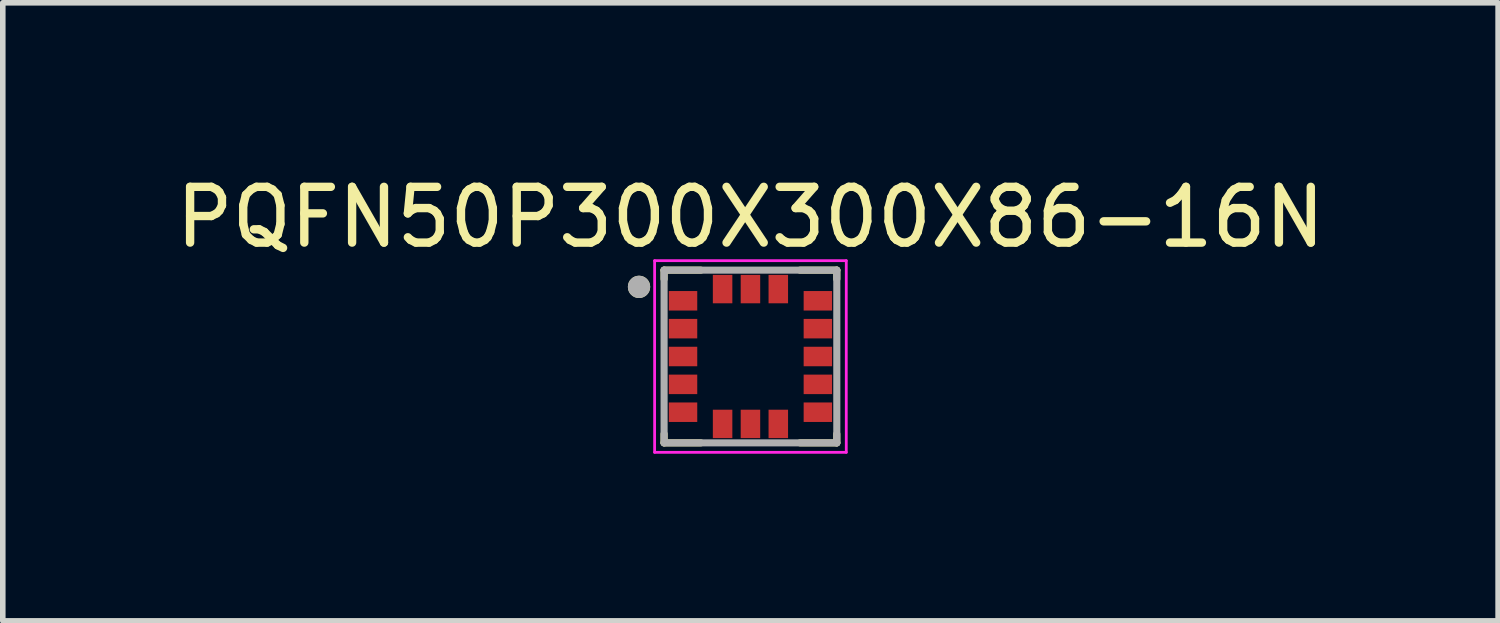
<source format=kicad_pcb>
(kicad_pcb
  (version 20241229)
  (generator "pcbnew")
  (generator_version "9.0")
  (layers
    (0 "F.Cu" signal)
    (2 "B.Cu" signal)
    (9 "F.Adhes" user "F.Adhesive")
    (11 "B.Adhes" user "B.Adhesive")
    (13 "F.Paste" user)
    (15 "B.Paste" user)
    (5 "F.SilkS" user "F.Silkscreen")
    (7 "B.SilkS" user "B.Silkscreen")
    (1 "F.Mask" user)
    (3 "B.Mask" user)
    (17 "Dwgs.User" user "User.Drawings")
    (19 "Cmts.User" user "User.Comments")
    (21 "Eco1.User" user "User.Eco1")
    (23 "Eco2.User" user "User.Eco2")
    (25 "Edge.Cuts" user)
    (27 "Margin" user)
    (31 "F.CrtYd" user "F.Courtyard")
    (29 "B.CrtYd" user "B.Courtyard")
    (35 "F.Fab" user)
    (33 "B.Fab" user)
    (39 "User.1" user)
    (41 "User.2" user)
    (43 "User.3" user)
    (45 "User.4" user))
  (footprint "PQFN50P300X300X86-16N"
    (layer "F.Cu")
    (at 10.42 3.349)
    (property "Reference" "PQFN50P300X300X86-16N" (at 0 -2.5 0) (layer "F.SilkS") (effects (font (size 1.001 1.001) (thickness 0.15))))
    (attr through_hole)
    (fp_line (start -1.55 -1.55) (end -1.55 -1.39) (stroke (width 0.127) (type solid)) (layer "F.SilkS"))
    (fp_line (start -1.55 1.55) (end -1.55 1.39) (stroke (width 0.127) (type solid)) (layer "F.SilkS"))
    (fp_line (start -0.89 -1.55) (end -1.55 -1.55) (stroke (width 0.127) (type solid)) (layer "F.SilkS"))
    (fp_line (start -0.89 1.55) (end -1.55 1.55) (stroke (width 0.127) (type solid)) (layer "F.SilkS"))
    (fp_line (start 0.89 -1.55) (end 1.55 -1.55) (stroke (width 0.127) (type solid)) (layer "F.SilkS"))
    (fp_line (start 0.89 1.55) (end 1.55 1.55) (stroke (width 0.127) (type solid)) (layer "F.SilkS"))
    (fp_line (start 1.55 -1.55) (end 1.55 -1.39) (stroke (width 0.127) (type solid)) (layer "F.SilkS"))
    (fp_line (start 1.55 1.55) (end 1.55 1.39) (stroke (width 0.127) (type solid)) (layer "F.SilkS"))
    (fp_circle (center -2 -1.25) (end -1.9 -1.25) (stroke (width 0.2) (type solid)) (fill no) (layer "F.SilkS"))
    (fp_line (start -1.72 -1.72) (end 1.72 -1.72) (stroke (width 0.05) (type solid)) (layer "F.CrtYd"))
    (fp_line (start -1.72 1.72) (end -1.72 -1.72) (stroke (width 0.05) (type solid)) (layer "F.CrtYd"))
    (fp_line (start 1.72 -1.72) (end 1.72 1.72) (stroke (width 0.05) (type solid)) (layer "F.CrtYd"))
    (fp_line (start 1.72 1.72) (end -1.72 1.72) (stroke (width 0.05) (type solid)) (layer "F.CrtYd"))
    (fp_line (start -1.55 -1.55) (end 1.55 -1.55) (stroke (width 0.127) (type solid)) (layer "F.Fab"))
    (fp_line (start -1.55 1.55) (end -1.55 -1.55) (stroke (width 0.127) (type solid)) (layer "F.Fab"))
    (fp_line (start 1.55 -1.55) (end 1.55 1.55) (stroke (width 0.127) (type solid)) (layer "F.Fab"))
    (fp_line (start 1.55 1.55) (end -1.55 1.55) (stroke (width 0.127) (type solid)) (layer "F.Fab"))
    (fp_circle (center -2 -1.25) (end -1.9 -1.25) (stroke (width 0.2) (type solid)) (fill no) (layer "F.Fab"))
    (pad "1" smd rect (at -1.21 -1) (size 0.51 0.35) (layers "F.Cu" "F.Mask" "F.Paste"))
    (pad "2" smd rect (at -1.21 -0.5) (size 0.51 0.35) (layers "F.Cu" "F.Mask" "F.Paste"))
    (pad "3" smd rect (at -1.21 0) (size 0.51 0.35) (layers "F.Cu" "F.Mask" "F.Paste"))
    (pad "4" smd rect (at -1.21 0.5) (size 0.51 0.35) (layers "F.Cu" "F.Mask" "F.Paste"))
    (pad "5" smd rect (at -1.21 1) (size 0.51 0.35) (layers "F.Cu" "F.Mask" "F.Paste"))
    (pad "6" smd rect (at -0.5 1.21) (size 0.35 0.51) (layers "F.Cu" "F.Mask" "F.Paste"))
    (pad "7" smd rect (at 0 1.21) (size 0.35 0.51) (layers "F.Cu" "F.Mask" "F.Paste"))
    (pad "8" smd rect (at 0.5 1.21) (size 0.35 0.51) (layers "F.Cu" "F.Mask" "F.Paste"))
    (pad "9" smd rect (at 1.21 1) (size 0.51 0.35) (layers "F.Cu" "F.Mask" "F.Paste"))
    (pad "10" smd rect (at 1.21 0.5) (size 0.51 0.35) (layers "F.Cu" "F.Mask" "F.Paste"))
    (pad "11" smd rect (at 1.21 0) (size 0.51 0.35) (layers "F.Cu" "F.Mask" "F.Paste"))
    (pad "12" smd rect (at 1.21 -0.5) (size 0.51 0.35) (layers "F.Cu" "F.Mask" "F.Paste"))
    (pad "13" smd rect (at 1.21 -1) (size 0.51 0.35) (layers "F.Cu" "F.Mask" "F.Paste"))
    (pad "14" smd rect (at 0.5 -1.21) (size 0.35 0.51) (layers "F.Cu" "F.Mask" "F.Paste"))
    (pad "15" smd rect (at 0 -1.21) (size 0.35 0.51) (layers "F.Cu" "F.Mask" "F.Paste"))
    (pad "16" smd rect (at -0.5 -1.21) (size 0.35 0.51) (layers "F.Cu" "F.Mask" "F.Paste")))
  (gr_rect
    (start -3 -3)
    (end 23.84 8.094)
    (stroke (width 0.1) (type default))
    (fill no)
    (layer "Edge.Cuts")))
</source>
